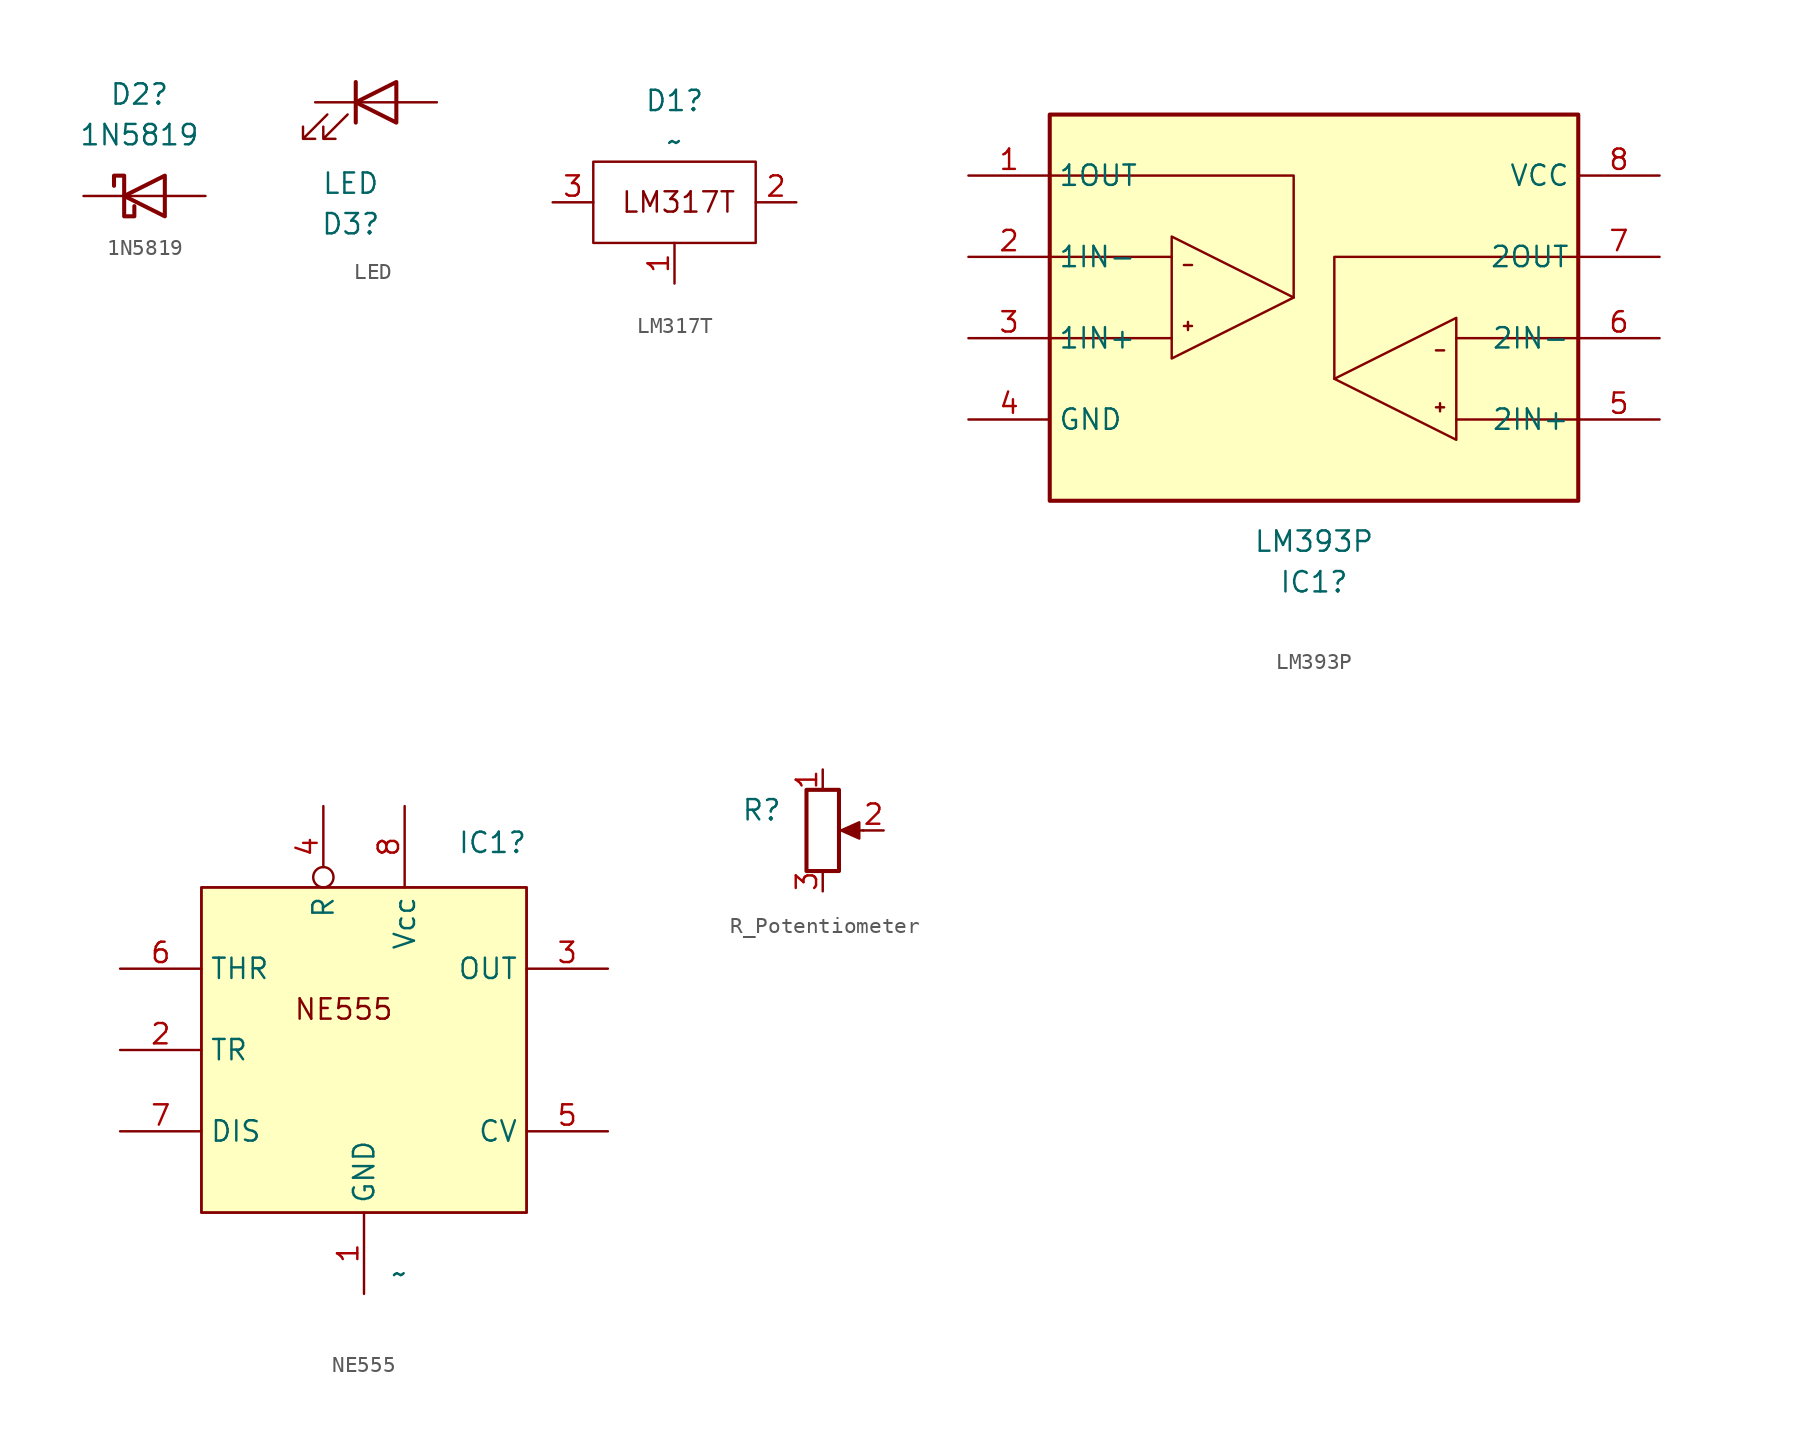
<source format=kicad_sym>
(kicad_symbol_lib
  (version 20241209)
  (generator "kicad_symbol_editor")
  (generator_version "9.0")
  (symbol "1N5819"
    (pin_numbers
      (hide yes))
    (pin_names
      (offset 1.016)
      (hide yes))
    (property "Reference" "D2"
      (at -0.318 6.35 0)
      (effects (font (size 1.27 1.27))))
    (property "Value" "1N5819"
      (at -0.318 3.81 0)
      (effects (font (size 1.27 1.27))))
    (symbol "1N5819_0_1"
      (polyline (pts (xy -1.905 0.635) (xy -1.905 1.27) (xy -1.27 1.27) (xy -1.27 -1.27) (xy -0.635 -1.27) (xy -0.635 -0.635)) (stroke (width 0.254) (type default)) (fill (type none)))
      (polyline (pts (xy 1.27 1.27) (xy 1.27 -1.27) (xy -1.27 0) (xy 1.27 1.27)) (stroke (width 0.254) (type default)) (fill (type none)))
      (polyline (pts (xy 1.27 0) (xy -1.27 0)) (stroke (width 0) (type default)) (fill (type none))))
    (symbol "1N5819_1_1"
      (pin passive line (at -3.81 0 0) (length 2.54) (name "K" (effects (font (size 1.27 1.27)))) (number "1" (effects (font (size 1.27 1.27)))))
      (pin passive line (at 3.81 0 180) (length 2.54) (name "A" (effects (font (size 1.27 1.27)))) (number "2" (effects (font (size 1.27 1.27)))))))
  (symbol "LED"
    (pin_numbers
      (hide yes))
    (pin_names
      (offset 1.016)
      (hide yes))
    (property "Reference" "D3"
      (at -1.587 -7.62 0)
      (effects (font (size 1.27 1.27))))
    (property "Value" "LED"
      (at -1.587 -5.08 0)
      (effects (font (size 1.27 1.27))))
    (symbol "LED_0_1"
      (polyline (pts (xy -3.048 -0.762) (xy -4.572 -2.286) (xy -3.81 -2.286) (xy -4.572 -2.286) (xy -4.572 -1.524)) (stroke (width 0) (type default)) (fill (type none)))
      (polyline (pts (xy -1.778 -0.762) (xy -3.302 -2.286) (xy -2.54 -2.286) (xy -3.302 -2.286) (xy -3.302 -1.524)) (stroke (width 0) (type default)) (fill (type none)))
      (polyline (pts (xy -1.27 0) (xy 1.27 0)) (stroke (width 0) (type default)) (fill (type none)))
      (polyline (pts (xy -1.27 -1.27) (xy -1.27 1.27)) (stroke (width 0.254) (type default)) (fill (type none)))
      (polyline (pts (xy 1.27 -1.27) (xy 1.27 1.27) (xy -1.27 0) (xy 1.27 -1.27)) (stroke (width 0.254) (type default)) (fill (type none))))
    (symbol "LED_1_1"
      (pin passive line (at -3.81 0 0) (length 2.54) (name "K" (effects (font (size 1.27 1.27)))) (number "1" (effects (font (size 1.27 1.27)))))
      (pin passive line (at 3.81 0 180) (length 2.54) (name "A" (effects (font (size 1.27 1.27)))) (number "2" (effects (font (size 1.27 1.27)))))))
  (symbol "LM317T"
    (property "Reference" "D1"
      (at 7.62 6.35 0)
      (effects (font (size 1.27 1.27))))
    (property "Value" "~"
      (at 7.62 3.81 0)
      (effects (font (size 1.27 1.27))))
    (symbol "LM317T_0_1"
      (rectangle (start 2.54 2.54) (end 12.7 -2.54) (stroke (width 0) (type default)) (fill (type none))))
    (symbol "LM317T_1_1"
      (text "LM317T\n" (at 7.874 0 0) (effects (font (size 1.27 1.27))))
      (pin input line (at 0 0 0) (length 2.54) (name "" (effects (font (size 1.27 1.27)))) (number "3" (effects (font (size 1.27 1.27)))))
      (pin input line (at 7.62 -5.08 90) (length 2.54) (name "" (effects (font (size 1.27 1.27)))) (number "1" (effects (font (size 1.27 1.27)))))
      (pin input line (at 15.24 0 180) (length 2.54) (name "" (effects (font (size 1.27 1.27)))) (number "2" (effects (font (size 1.27 1.27)))))))
  (symbol "LM393P"
    (property "Reference" "IC1"
      (at 16.51 -19.05 0)
      (effects (font (size 1.27 1.27))))
    (property "Value" "LM393P"
      (at 16.51 -16.51 0)
      (effects (font (size 1.27 1.27))))
    (symbol "LM393P_0_1"
      (polyline (pts (xy 7.62 2.54) (xy 7.62 -5.08) (xy 15.24 -1.27) (xy 7.62 2.54)) (stroke (width 0) (type default)) (fill (type none)))
      (polyline (pts (xy 7.62 1.27) (xy 0 1.27)) (stroke (width 0) (type default)) (fill (type none)))
      (polyline (pts (xy 7.62 -3.81) (xy 0 -3.81)) (stroke (width 0) (type default)) (fill (type none)))
      (polyline (pts (xy 8.382 0.762) (xy 8.89 0.762)) (stroke (width 0) (type default)) (fill (type none)))
      (polyline (pts (xy 8.382 -3.048) (xy 8.89 -3.048)) (stroke (width 0) (type default)) (fill (type none)))
      (polyline (pts (xy 8.636 -2.794) (xy 8.636 -3.302)) (stroke (width 0) (type default)) (fill (type none)))
      (polyline (pts (xy 15.24 -1.27) (xy 15.24 3.81) (xy 15.24 6.35) (xy 0 6.35)) (stroke (width 0) (type default)) (fill (type none)))
      (polyline (pts (xy 17.78 -6.35) (xy 17.78 1.27) (xy 33.02 1.27)) (stroke (width 0) (type default)) (fill (type none)))
      (polyline (pts (xy 24.13 -4.572) (xy 24.638 -4.572)) (stroke (width 0) (type default)) (fill (type none)))
      (polyline (pts (xy 24.13 -8.128) (xy 24.638 -8.128)) (stroke (width 0) (type default)) (fill (type none)))
      (polyline (pts (xy 24.384 -7.874) (xy 24.384 -8.382)) (stroke (width 0) (type default)) (fill (type none)))
      (polyline (pts (xy 25.4 -10.16) (xy 25.4 -2.54) (xy 17.78 -6.35) (xy 25.4 -10.16)) (stroke (width 0) (type default)) (fill (type none)))
      (polyline (pts (xy 33.02 -3.81) (xy 25.4 -3.81)) (stroke (width 0) (type default)) (fill (type none)))
      (polyline (pts (xy 33.02 -8.89) (xy 25.4 -8.89)) (stroke (width 0) (type default)) (fill (type none))))
    (symbol "LM393P_1_1"
      (rectangle (start 0 10.16) (end 33.02 -13.97) (stroke (width 0.254) (type default)) (fill (type background)))
      (pin passive line (at -5.08 6.35 0) (length 5.08) (name "1OUT" (effects (font (size 1.27 1.27)))) (number "1" (effects (font (size 1.27 1.27)))))
      (pin passive line (at -5.08 1.27 0) (length 5.08) (name "1IN-" (effects (font (size 1.27 1.27)))) (number "2" (effects (font (size 1.27 1.27)))))
      (pin passive line (at -5.08 -3.81 0) (length 5.08) (name "1IN+" (effects (font (size 1.27 1.27)))) (number "3" (effects (font (size 1.27 1.27)))))
      (pin passive line (at -5.08 -8.89 0) (length 5.08) (name "GND" (effects (font (size 1.27 1.27)))) (number "4" (effects (font (size 1.27 1.27)))))
      (pin passive line (at 38.1 6.35 180) (length 5.08) (name "VCC" (effects (font (size 1.27 1.27)))) (number "8" (effects (font (size 1.27 1.27)))))
      (pin passive line (at 38.1 1.27 180) (length 5.08) (name "2OUT" (effects (font (size 1.27 1.27)))) (number "7" (effects (font (size 1.27 1.27)))))
      (pin passive line (at 38.1 -3.81 180) (length 5.08) (name "2IN-" (effects (font (size 1.27 1.27)))) (number "6" (effects (font (size 1.27 1.27)))))
      (pin passive line (at 38.1 -8.89 180) (length 5.08) (name "2IN+" (effects (font (size 1.27 1.27)))) (number "5" (effects (font (size 1.27 1.27)))))))
  (symbol "NE555"
    (property "Reference" "IC1"
      (at 16.002 2.794 0)
      (effects (font (size 1.27 1.27)) (justify left)))
    (property "Value" "~"
      (at 11.811 -24.13 0)
      (effects (font (size 1.27 1.27)) (justify left)))
    (symbol "NE555_0_1"
      (rectangle (start 0 0) (end 20.32 -20.32) (stroke (width 0) (type default)) (fill (type none))))
    (symbol "NE555_1_1"
      (text "NE555\n" (at 8.89 -7.62 0) (effects (font (size 1.27 1.27))))
      (text_box "" (at 20.32 -20.32 0) (size -20.32 20.32) (margins 1.016 1.016 1.016 1.016) (stroke (width 0) (type solid)) (fill (type color) (color 255 255 194 1)) (effects (font (size 1.27 1.27)) (justify left top)))
      (pin passive line (at -5.08 -5.08 0) (length 5.08) (name "THR" (effects (font (size 1.27 1.27)))) (number "6" (effects (font (size 1.27 1.27)))))
      (pin passive line (at -5.08 -10.16 0) (length 5.08) (name "TR" (effects (font (size 1.27 1.27)))) (number "2" (effects (font (size 1.27 1.27)))))
      (pin passive line (at -5.08 -15.24 0) (length 5.08) (name "DIS" (effects (font (size 1.27 1.27)))) (number "7" (effects (font (size 1.27 1.27)))))
      (pin passive inverted (at 7.62 5.08 270) (length 5.08) (name "R" (effects (font (size 1.27 1.27)))) (number "4" (effects (font (size 1.27 1.27)))))
      (pin passive line (at 10.16 -25.4 90) (length 5.08) (name "GND" (effects (font (size 1.27 1.27)))) (number "1" (effects (font (size 1.27 1.27)))))
      (pin passive line (at 12.7 5.08 270) (length 5.08) (name "Vcc" (effects (font (size 1.27 1.27)))) (number "8" (effects (font (size 1.27 1.27)))))
      (pin passive line (at 25.4 -5.08 180) (length 5.08) (name "OUT" (effects (font (size 1.27 1.27)))) (number "3" (effects (font (size 1.27 1.27)))))
      (pin passive line (at 25.4 -15.24 180) (length 5.08) (name "CV" (effects (font (size 1.27 1.27)))) (number "5" (effects (font (size 1.27 1.27)))))))
  (symbol "R_Potentiometer"
    (pin_names
      (offset 1.016)
      (hide yes))
    (property "Reference" "R"
      (at -2.54 1.27 0)
      (effects (font (size 1.27 1.27)) (justify right)))
    (property "Value" ""
      (at -2.54 -1.27 0)
      (effects (font (size 1.27 1.27)) (justify right)))
    (symbol "R_Potentiometer_0_1"
      (rectangle (start 1.016 2.54) (end -1.016 -2.54) (stroke (width 0.254) (type default)) (fill (type none)))
      (polyline (pts (xy 1.143 0) (xy 2.286 0.508) (xy 2.286 -0.508) (xy 1.143 0)) (stroke (width 0) (type default)) (fill (type outline)))
      (polyline (pts (xy 2.54 0) (xy 1.524 0)) (stroke (width 0) (type default)) (fill (type none))))
    (symbol "R_Potentiometer_1_1"
      (pin passive line (at 0 3.81 270) (length 1.27) (name "1" (effects (font (size 1.27 1.27)))) (number "1" (effects (font (size 1.27 1.27)))))
      (pin passive line (at 0 -3.81 90) (length 1.27) (name "3" (effects (font (size 1.27 1.27)))) (number "3" (effects (font (size 1.27 1.27)))))
      (pin passive line (at 3.81 0 180) (length 1.27) (name "2" (effects (font (size 1.27 1.27)))) (number "2" (effects (font (size 1.27 1.27))))))))
</source>
